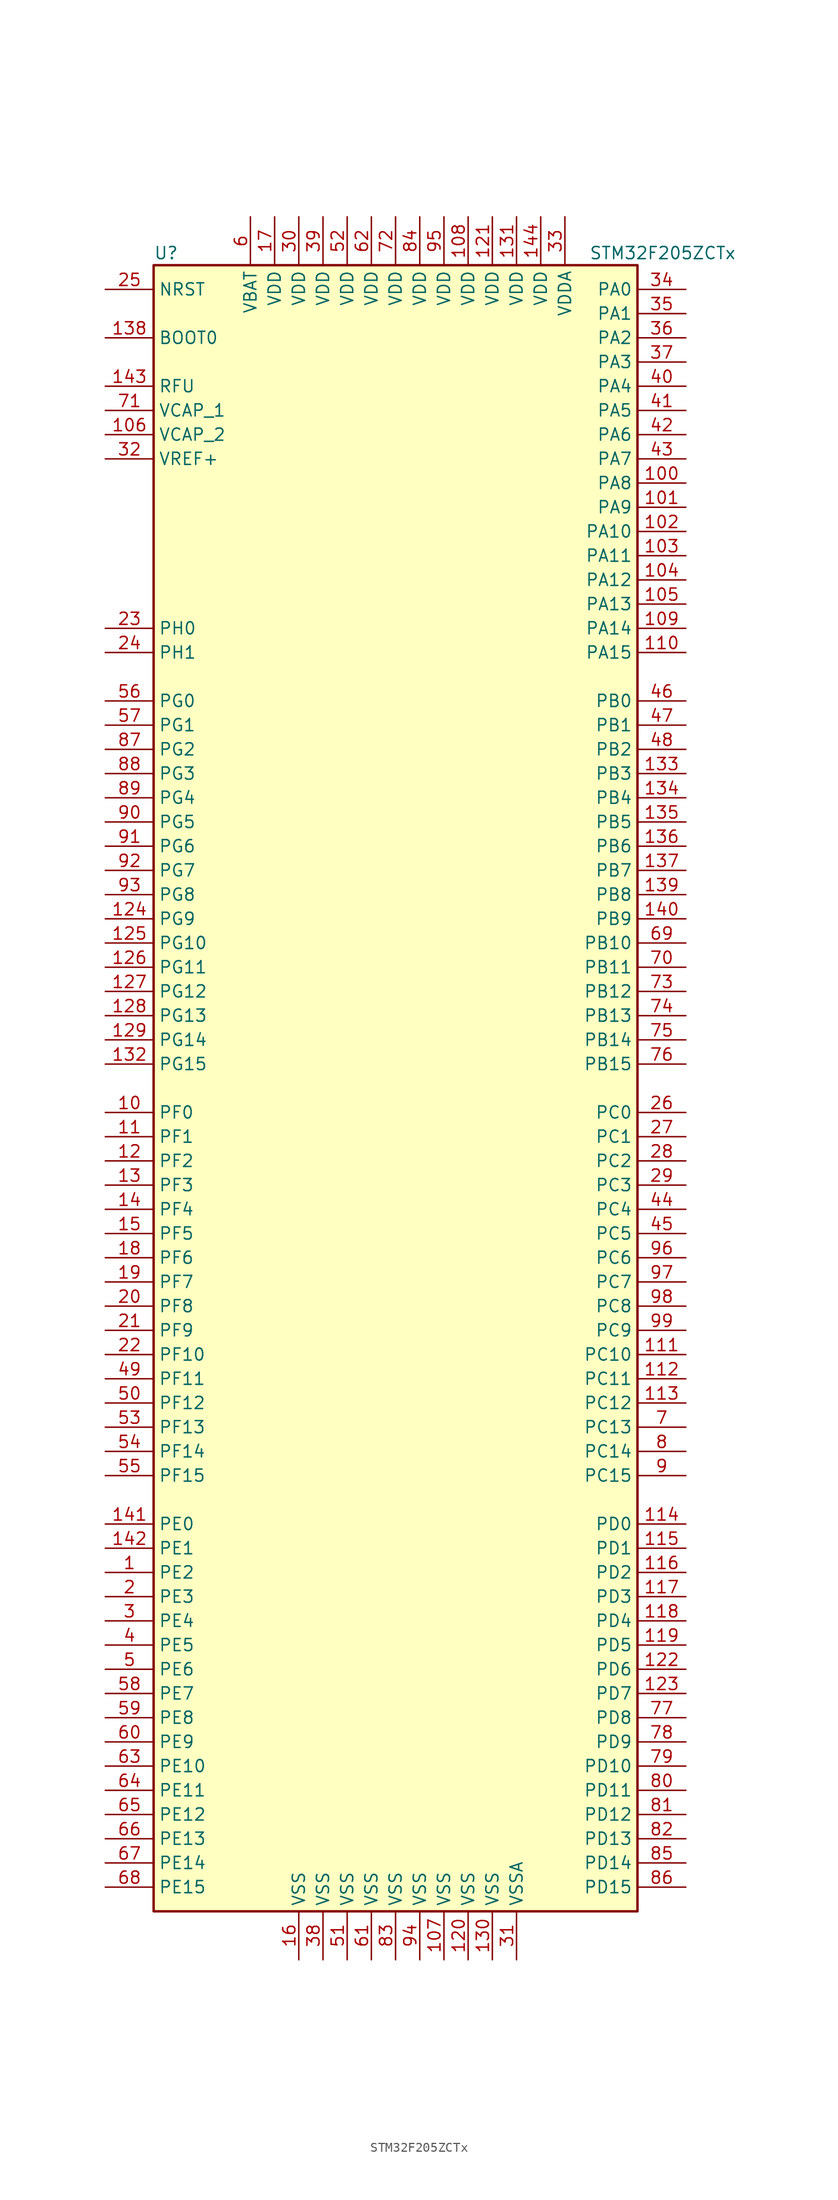
<source format=kicad_sym>
(kicad_symbol_lib
  (version 20211014)
  (generator kicad_symbol_editor)
  (symbol "STM32F205ZCTx"
    (property "Reference" "U"
      (at -25.4 87.63 0)
      (effects (font (size 1.27 1.27)) (justify left)))
    (property "Value" "STM32F205ZCTx"
      (at 20.32 87.63 0)
      (effects (font (size 1.27 1.27)) (justify left)))
    (symbol "STM32F205ZCTx_0_1"
      (rectangle (start -25.4 -86.36) (end 25.4 86.36) (stroke (width 0.254) (type default) (color 0 0 0 0)) (fill (type background))))
    (symbol "STM32F205ZCTx_1_1"
      (pin bidirectional line (at -30.48 -50.8 0) (length 5.08) (name "PE2" (effects (font (size 1.27 1.27)))) (number "1" (effects (font (size 1.27 1.27)))))
      (pin bidirectional line (at -30.48 -2.54 0) (length 5.08) (name "PF0" (effects (font (size 1.27 1.27)))) (number "10" (effects (font (size 1.27 1.27)))))
      (pin bidirectional line (at 30.48 63.5 180) (length 5.08) (name "PA8" (effects (font (size 1.27 1.27)))) (number "100" (effects (font (size 1.27 1.27)))))
      (pin bidirectional line (at 30.48 60.96 180) (length 5.08) (name "PA9" (effects (font (size 1.27 1.27)))) (number "101" (effects (font (size 1.27 1.27)))))
      (pin bidirectional line (at 30.48 58.42 180) (length 5.08) (name "PA10" (effects (font (size 1.27 1.27)))) (number "102" (effects (font (size 1.27 1.27)))))
      (pin bidirectional line (at 30.48 55.88 180) (length 5.08) (name "PA11" (effects (font (size 1.27 1.27)))) (number "103" (effects (font (size 1.27 1.27)))))
      (pin bidirectional line (at 30.48 53.34 180) (length 5.08) (name "PA12" (effects (font (size 1.27 1.27)))) (number "104" (effects (font (size 1.27 1.27)))))
      (pin bidirectional line (at 30.48 50.8 180) (length 5.08) (name "PA13" (effects (font (size 1.27 1.27)))) (number "105" (effects (font (size 1.27 1.27)))))
      (pin power_in line (at -30.48 68.58 0) (length 5.08) (name "VCAP_2" (effects (font (size 1.27 1.27)))) (number "106" (effects (font (size 1.27 1.27)))))
      (pin power_in line (at 5.08 -91.44 90) (length 5.08) (name "VSS" (effects (font (size 1.27 1.27)))) (number "107" (effects (font (size 1.27 1.27)))))
      (pin power_in line (at 7.62 91.44 270) (length 5.08) (name "VDD" (effects (font (size 1.27 1.27)))) (number "108" (effects (font (size 1.27 1.27)))))
      (pin bidirectional line (at 30.48 48.26 180) (length 5.08) (name "PA14" (effects (font (size 1.27 1.27)))) (number "109" (effects (font (size 1.27 1.27)))))
      (pin bidirectional line (at -30.48 -5.08 0) (length 5.08) (name "PF1" (effects (font (size 1.27 1.27)))) (number "11" (effects (font (size 1.27 1.27)))))
      (pin bidirectional line (at 30.48 45.72 180) (length 5.08) (name "PA15" (effects (font (size 1.27 1.27)))) (number "110" (effects (font (size 1.27 1.27)))))
      (pin bidirectional line (at 30.48 -27.94 180) (length 5.08) (name "PC10" (effects (font (size 1.27 1.27)))) (number "111" (effects (font (size 1.27 1.27)))))
      (pin bidirectional line (at 30.48 -30.48 180) (length 5.08) (name "PC11" (effects (font (size 1.27 1.27)))) (number "112" (effects (font (size 1.27 1.27)))))
      (pin bidirectional line (at 30.48 -33.02 180) (length 5.08) (name "PC12" (effects (font (size 1.27 1.27)))) (number "113" (effects (font (size 1.27 1.27)))))
      (pin bidirectional line (at 30.48 -45.72 180) (length 5.08) (name "PD0" (effects (font (size 1.27 1.27)))) (number "114" (effects (font (size 1.27 1.27)))))
      (pin bidirectional line (at 30.48 -48.26 180) (length 5.08) (name "PD1" (effects (font (size 1.27 1.27)))) (number "115" (effects (font (size 1.27 1.27)))))
      (pin bidirectional line (at 30.48 -50.8 180) (length 5.08) (name "PD2" (effects (font (size 1.27 1.27)))) (number "116" (effects (font (size 1.27 1.27)))))
      (pin bidirectional line (at 30.48 -53.34 180) (length 5.08) (name "PD3" (effects (font (size 1.27 1.27)))) (number "117" (effects (font (size 1.27 1.27)))))
      (pin bidirectional line (at 30.48 -55.88 180) (length 5.08) (name "PD4" (effects (font (size 1.27 1.27)))) (number "118" (effects (font (size 1.27 1.27)))))
      (pin bidirectional line (at 30.48 -58.42 180) (length 5.08) (name "PD5" (effects (font (size 1.27 1.27)))) (number "119" (effects (font (size 1.27 1.27)))))
      (pin bidirectional line (at -30.48 -7.62 0) (length 5.08) (name "PF2" (effects (font (size 1.27 1.27)))) (number "12" (effects (font (size 1.27 1.27)))))
      (pin power_in line (at 7.62 -91.44 90) (length 5.08) (name "VSS" (effects (font (size 1.27 1.27)))) (number "120" (effects (font (size 1.27 1.27)))))
      (pin power_in line (at 10.16 91.44 270) (length 5.08) (name "VDD" (effects (font (size 1.27 1.27)))) (number "121" (effects (font (size 1.27 1.27)))))
      (pin bidirectional line (at 30.48 -60.96 180) (length 5.08) (name "PD6" (effects (font (size 1.27 1.27)))) (number "122" (effects (font (size 1.27 1.27)))))
      (pin bidirectional line (at 30.48 -63.5 180) (length 5.08) (name "PD7" (effects (font (size 1.27 1.27)))) (number "123" (effects (font (size 1.27 1.27)))))
      (pin bidirectional line (at -30.48 17.78 0) (length 5.08) (name "PG9" (effects (font (size 1.27 1.27)))) (number "124" (effects (font (size 1.27 1.27)))))
      (pin bidirectional line (at -30.48 15.24 0) (length 5.08) (name "PG10" (effects (font (size 1.27 1.27)))) (number "125" (effects (font (size 1.27 1.27)))))
      (pin bidirectional line (at -30.48 12.7 0) (length 5.08) (name "PG11" (effects (font (size 1.27 1.27)))) (number "126" (effects (font (size 1.27 1.27)))))
      (pin bidirectional line (at -30.48 10.16 0) (length 5.08) (name "PG12" (effects (font (size 1.27 1.27)))) (number "127" (effects (font (size 1.27 1.27)))))
      (pin bidirectional line (at -30.48 7.62 0) (length 5.08) (name "PG13" (effects (font (size 1.27 1.27)))) (number "128" (effects (font (size 1.27 1.27)))))
      (pin bidirectional line (at -30.48 5.08 0) (length 5.08) (name "PG14" (effects (font (size 1.27 1.27)))) (number "129" (effects (font (size 1.27 1.27)))))
      (pin bidirectional line (at -30.48 -10.16 0) (length 5.08) (name "PF3" (effects (font (size 1.27 1.27)))) (number "13" (effects (font (size 1.27 1.27)))))
      (pin power_in line (at 10.16 -91.44 90) (length 5.08) (name "VSS" (effects (font (size 1.27 1.27)))) (number "130" (effects (font (size 1.27 1.27)))))
      (pin power_in line (at 12.7 91.44 270) (length 5.08) (name "VDD" (effects (font (size 1.27 1.27)))) (number "131" (effects (font (size 1.27 1.27)))))
      (pin bidirectional line (at -30.48 2.54 0) (length 5.08) (name "PG15" (effects (font (size 1.27 1.27)))) (number "132" (effects (font (size 1.27 1.27)))))
      (pin bidirectional line (at 30.48 33.02 180) (length 5.08) (name "PB3" (effects (font (size 1.27 1.27)))) (number "133" (effects (font (size 1.27 1.27)))))
      (pin bidirectional line (at 30.48 30.48 180) (length 5.08) (name "PB4" (effects (font (size 1.27 1.27)))) (number "134" (effects (font (size 1.27 1.27)))))
      (pin bidirectional line (at 30.48 27.94 180) (length 5.08) (name "PB5" (effects (font (size 1.27 1.27)))) (number "135" (effects (font (size 1.27 1.27)))))
      (pin bidirectional line (at 30.48 25.4 180) (length 5.08) (name "PB6" (effects (font (size 1.27 1.27)))) (number "136" (effects (font (size 1.27 1.27)))))
      (pin bidirectional line (at 30.48 22.86 180) (length 5.08) (name "PB7" (effects (font (size 1.27 1.27)))) (number "137" (effects (font (size 1.27 1.27)))))
      (pin input line (at -30.48 78.74 0) (length 5.08) (name "BOOT0" (effects (font (size 1.27 1.27)))) (number "138" (effects (font (size 1.27 1.27)))))
      (pin bidirectional line (at 30.48 20.32 180) (length 5.08) (name "PB8" (effects (font (size 1.27 1.27)))) (number "139" (effects (font (size 1.27 1.27)))))
      (pin bidirectional line (at -30.48 -12.7 0) (length 5.08) (name "PF4" (effects (font (size 1.27 1.27)))) (number "14" (effects (font (size 1.27 1.27)))))
      (pin bidirectional line (at 30.48 17.78 180) (length 5.08) (name "PB9" (effects (font (size 1.27 1.27)))) (number "140" (effects (font (size 1.27 1.27)))))
      (pin bidirectional line (at -30.48 -45.72 0) (length 5.08) (name "PE0" (effects (font (size 1.27 1.27)))) (number "141" (effects (font (size 1.27 1.27)))))
      (pin bidirectional line (at -30.48 -48.26 0) (length 5.08) (name "PE1" (effects (font (size 1.27 1.27)))) (number "142" (effects (font (size 1.27 1.27)))))
      (pin power_in line (at -30.48 73.66 0) (length 5.08) (name "RFU" (effects (font (size 1.27 1.27)))) (number "143" (effects (font (size 1.27 1.27)))))
      (pin power_in line (at 15.24 91.44 270) (length 5.08) (name "VDD" (effects (font (size 1.27 1.27)))) (number "144" (effects (font (size 1.27 1.27)))))
      (pin bidirectional line (at -30.48 -15.24 0) (length 5.08) (name "PF5" (effects (font (size 1.27 1.27)))) (number "15" (effects (font (size 1.27 1.27)))))
      (pin power_in line (at -10.16 -91.44 90) (length 5.08) (name "VSS" (effects (font (size 1.27 1.27)))) (number "16" (effects (font (size 1.27 1.27)))))
      (pin power_in line (at -12.7 91.44 270) (length 5.08) (name "VDD" (effects (font (size 1.27 1.27)))) (number "17" (effects (font (size 1.27 1.27)))))
      (pin bidirectional line (at -30.48 -17.78 0) (length 5.08) (name "PF6" (effects (font (size 1.27 1.27)))) (number "18" (effects (font (size 1.27 1.27)))))
      (pin bidirectional line (at -30.48 -20.32 0) (length 5.08) (name "PF7" (effects (font (size 1.27 1.27)))) (number "19" (effects (font (size 1.27 1.27)))))
      (pin bidirectional line (at -30.48 -53.34 0) (length 5.08) (name "PE3" (effects (font (size 1.27 1.27)))) (number "2" (effects (font (size 1.27 1.27)))))
      (pin bidirectional line (at -30.48 -22.86 0) (length 5.08) (name "PF8" (effects (font (size 1.27 1.27)))) (number "20" (effects (font (size 1.27 1.27)))))
      (pin bidirectional line (at -30.48 -25.4 0) (length 5.08) (name "PF9" (effects (font (size 1.27 1.27)))) (number "21" (effects (font (size 1.27 1.27)))))
      (pin bidirectional line (at -30.48 -27.94 0) (length 5.08) (name "PF10" (effects (font (size 1.27 1.27)))) (number "22" (effects (font (size 1.27 1.27)))))
      (pin input line (at -30.48 48.26 0) (length 5.08) (name "PH0" (effects (font (size 1.27 1.27)))) (number "23" (effects (font (size 1.27 1.27)))))
      (pin input line (at -30.48 45.72 0) (length 5.08) (name "PH1" (effects (font (size 1.27 1.27)))) (number "24" (effects (font (size 1.27 1.27)))))
      (pin input line (at -30.48 83.82 0) (length 5.08) (name "NRST" (effects (font (size 1.27 1.27)))) (number "25" (effects (font (size 1.27 1.27)))))
      (pin bidirectional line (at 30.48 -2.54 180) (length 5.08) (name "PC0" (effects (font (size 1.27 1.27)))) (number "26" (effects (font (size 1.27 1.27)))))
      (pin bidirectional line (at 30.48 -5.08 180) (length 5.08) (name "PC1" (effects (font (size 1.27 1.27)))) (number "27" (effects (font (size 1.27 1.27)))))
      (pin bidirectional line (at 30.48 -7.62 180) (length 5.08) (name "PC2" (effects (font (size 1.27 1.27)))) (number "28" (effects (font (size 1.27 1.27)))))
      (pin bidirectional line (at 30.48 -10.16 180) (length 5.08) (name "PC3" (effects (font (size 1.27 1.27)))) (number "29" (effects (font (size 1.27 1.27)))))
      (pin bidirectional line (at -30.48 -55.88 0) (length 5.08) (name "PE4" (effects (font (size 1.27 1.27)))) (number "3" (effects (font (size 1.27 1.27)))))
      (pin power_in line (at -10.16 91.44 270) (length 5.08) (name "VDD" (effects (font (size 1.27 1.27)))) (number "30" (effects (font (size 1.27 1.27)))))
      (pin power_in line (at 12.7 -91.44 90) (length 5.08) (name "VSSA" (effects (font (size 1.27 1.27)))) (number "31" (effects (font (size 1.27 1.27)))))
      (pin power_in line (at -30.48 66.04 0) (length 5.08) (name "VREF+" (effects (font (size 1.27 1.27)))) (number "32" (effects (font (size 1.27 1.27)))))
      (pin power_in line (at 17.78 91.44 270) (length 5.08) (name "VDDA" (effects (font (size 1.27 1.27)))) (number "33" (effects (font (size 1.27 1.27)))))
      (pin bidirectional line (at 30.48 83.82 180) (length 5.08) (name "PA0" (effects (font (size 1.27 1.27)))) (number "34" (effects (font (size 1.27 1.27)))))
      (pin bidirectional line (at 30.48 81.28 180) (length 5.08) (name "PA1" (effects (font (size 1.27 1.27)))) (number "35" (effects (font (size 1.27 1.27)))))
      (pin bidirectional line (at 30.48 78.74 180) (length 5.08) (name "PA2" (effects (font (size 1.27 1.27)))) (number "36" (effects (font (size 1.27 1.27)))))
      (pin bidirectional line (at 30.48 76.2 180) (length 5.08) (name "PA3" (effects (font (size 1.27 1.27)))) (number "37" (effects (font (size 1.27 1.27)))))
      (pin power_in line (at -7.62 -91.44 90) (length 5.08) (name "VSS" (effects (font (size 1.27 1.27)))) (number "38" (effects (font (size 1.27 1.27)))))
      (pin power_in line (at -7.62 91.44 270) (length 5.08) (name "VDD" (effects (font (size 1.27 1.27)))) (number "39" (effects (font (size 1.27 1.27)))))
      (pin bidirectional line (at -30.48 -58.42 0) (length 5.08) (name "PE5" (effects (font (size 1.27 1.27)))) (number "4" (effects (font (size 1.27 1.27)))))
      (pin bidirectional line (at 30.48 73.66 180) (length 5.08) (name "PA4" (effects (font (size 1.27 1.27)))) (number "40" (effects (font (size 1.27 1.27)))))
      (pin bidirectional line (at 30.48 71.12 180) (length 5.08) (name "PA5" (effects (font (size 1.27 1.27)))) (number "41" (effects (font (size 1.27 1.27)))))
      (pin bidirectional line (at 30.48 68.58 180) (length 5.08) (name "PA6" (effects (font (size 1.27 1.27)))) (number "42" (effects (font (size 1.27 1.27)))))
      (pin bidirectional line (at 30.48 66.04 180) (length 5.08) (name "PA7" (effects (font (size 1.27 1.27)))) (number "43" (effects (font (size 1.27 1.27)))))
      (pin bidirectional line (at 30.48 -12.7 180) (length 5.08) (name "PC4" (effects (font (size 1.27 1.27)))) (number "44" (effects (font (size 1.27 1.27)))))
      (pin bidirectional line (at 30.48 -15.24 180) (length 5.08) (name "PC5" (effects (font (size 1.27 1.27)))) (number "45" (effects (font (size 1.27 1.27)))))
      (pin bidirectional line (at 30.48 40.64 180) (length 5.08) (name "PB0" (effects (font (size 1.27 1.27)))) (number "46" (effects (font (size 1.27 1.27)))))
      (pin bidirectional line (at 30.48 38.1 180) (length 5.08) (name "PB1" (effects (font (size 1.27 1.27)))) (number "47" (effects (font (size 1.27 1.27)))))
      (pin bidirectional line (at 30.48 35.56 180) (length 5.08) (name "PB2" (effects (font (size 1.27 1.27)))) (number "48" (effects (font (size 1.27 1.27)))))
      (pin bidirectional line (at -30.48 -30.48 0) (length 5.08) (name "PF11" (effects (font (size 1.27 1.27)))) (number "49" (effects (font (size 1.27 1.27)))))
      (pin bidirectional line (at -30.48 -60.96 0) (length 5.08) (name "PE6" (effects (font (size 1.27 1.27)))) (number "5" (effects (font (size 1.27 1.27)))))
      (pin bidirectional line (at -30.48 -33.02 0) (length 5.08) (name "PF12" (effects (font (size 1.27 1.27)))) (number "50" (effects (font (size 1.27 1.27)))))
      (pin power_in line (at -5.08 -91.44 90) (length 5.08) (name "VSS" (effects (font (size 1.27 1.27)))) (number "51" (effects (font (size 1.27 1.27)))))
      (pin power_in line (at -5.08 91.44 270) (length 5.08) (name "VDD" (effects (font (size 1.27 1.27)))) (number "52" (effects (font (size 1.27 1.27)))))
      (pin bidirectional line (at -30.48 -35.56 0) (length 5.08) (name "PF13" (effects (font (size 1.27 1.27)))) (number "53" (effects (font (size 1.27 1.27)))))
      (pin bidirectional line (at -30.48 -38.1 0) (length 5.08) (name "PF14" (effects (font (size 1.27 1.27)))) (number "54" (effects (font (size 1.27 1.27)))))
      (pin bidirectional line (at -30.48 -40.64 0) (length 5.08) (name "PF15" (effects (font (size 1.27 1.27)))) (number "55" (effects (font (size 1.27 1.27)))))
      (pin bidirectional line (at -30.48 40.64 0) (length 5.08) (name "PG0" (effects (font (size 1.27 1.27)))) (number "56" (effects (font (size 1.27 1.27)))))
      (pin bidirectional line (at -30.48 38.1 0) (length 5.08) (name "PG1" (effects (font (size 1.27 1.27)))) (number "57" (effects (font (size 1.27 1.27)))))
      (pin bidirectional line (at -30.48 -63.5 0) (length 5.08) (name "PE7" (effects (font (size 1.27 1.27)))) (number "58" (effects (font (size 1.27 1.27)))))
      (pin bidirectional line (at -30.48 -66.04 0) (length 5.08) (name "PE8" (effects (font (size 1.27 1.27)))) (number "59" (effects (font (size 1.27 1.27)))))
      (pin power_in line (at -15.24 91.44 270) (length 5.08) (name "VBAT" (effects (font (size 1.27 1.27)))) (number "6" (effects (font (size 1.27 1.27)))))
      (pin bidirectional line (at -30.48 -68.58 0) (length 5.08) (name "PE9" (effects (font (size 1.27 1.27)))) (number "60" (effects (font (size 1.27 1.27)))))
      (pin power_in line (at -2.54 -91.44 90) (length 5.08) (name "VSS" (effects (font (size 1.27 1.27)))) (number "61" (effects (font (size 1.27 1.27)))))
      (pin power_in line (at -2.54 91.44 270) (length 5.08) (name "VDD" (effects (font (size 1.27 1.27)))) (number "62" (effects (font (size 1.27 1.27)))))
      (pin bidirectional line (at -30.48 -71.12 0) (length 5.08) (name "PE10" (effects (font (size 1.27 1.27)))) (number "63" (effects (font (size 1.27 1.27)))))
      (pin bidirectional line (at -30.48 -73.66 0) (length 5.08) (name "PE11" (effects (font (size 1.27 1.27)))) (number "64" (effects (font (size 1.27 1.27)))))
      (pin bidirectional line (at -30.48 -76.2 0) (length 5.08) (name "PE12" (effects (font (size 1.27 1.27)))) (number "65" (effects (font (size 1.27 1.27)))))
      (pin bidirectional line (at -30.48 -78.74 0) (length 5.08) (name "PE13" (effects (font (size 1.27 1.27)))) (number "66" (effects (font (size 1.27 1.27)))))
      (pin bidirectional line (at -30.48 -81.28 0) (length 5.08) (name "PE14" (effects (font (size 1.27 1.27)))) (number "67" (effects (font (size 1.27 1.27)))))
      (pin bidirectional line (at -30.48 -83.82 0) (length 5.08) (name "PE15" (effects (font (size 1.27 1.27)))) (number "68" (effects (font (size 1.27 1.27)))))
      (pin bidirectional line (at 30.48 15.24 180) (length 5.08) (name "PB10" (effects (font (size 1.27 1.27)))) (number "69" (effects (font (size 1.27 1.27)))))
      (pin bidirectional line (at 30.48 -35.56 180) (length 5.08) (name "PC13" (effects (font (size 1.27 1.27)))) (number "7" (effects (font (size 1.27 1.27)))))
      (pin bidirectional line (at 30.48 12.7 180) (length 5.08) (name "PB11" (effects (font (size 1.27 1.27)))) (number "70" (effects (font (size 1.27 1.27)))))
      (pin power_in line (at -30.48 71.12 0) (length 5.08) (name "VCAP_1" (effects (font (size 1.27 1.27)))) (number "71" (effects (font (size 1.27 1.27)))))
      (pin power_in line (at 0 91.44 270) (length 5.08) (name "VDD" (effects (font (size 1.27 1.27)))) (number "72" (effects (font (size 1.27 1.27)))))
      (pin bidirectional line (at 30.48 10.16 180) (length 5.08) (name "PB12" (effects (font (size 1.27 1.27)))) (number "73" (effects (font (size 1.27 1.27)))))
      (pin bidirectional line (at 30.48 7.62 180) (length 5.08) (name "PB13" (effects (font (size 1.27 1.27)))) (number "74" (effects (font (size 1.27 1.27)))))
      (pin bidirectional line (at 30.48 5.08 180) (length 5.08) (name "PB14" (effects (font (size 1.27 1.27)))) (number "75" (effects (font (size 1.27 1.27)))))
      (pin bidirectional line (at 30.48 2.54 180) (length 5.08) (name "PB15" (effects (font (size 1.27 1.27)))) (number "76" (effects (font (size 1.27 1.27)))))
      (pin bidirectional line (at 30.48 -66.04 180) (length 5.08) (name "PD8" (effects (font (size 1.27 1.27)))) (number "77" (effects (font (size 1.27 1.27)))))
      (pin bidirectional line (at 30.48 -68.58 180) (length 5.08) (name "PD9" (effects (font (size 1.27 1.27)))) (number "78" (effects (font (size 1.27 1.27)))))
      (pin bidirectional line (at 30.48 -71.12 180) (length 5.08) (name "PD10" (effects (font (size 1.27 1.27)))) (number "79" (effects (font (size 1.27 1.27)))))
      (pin bidirectional line (at 30.48 -38.1 180) (length 5.08) (name "PC14" (effects (font (size 1.27 1.27)))) (number "8" (effects (font (size 1.27 1.27)))))
      (pin bidirectional line (at 30.48 -73.66 180) (length 5.08) (name "PD11" (effects (font (size 1.27 1.27)))) (number "80" (effects (font (size 1.27 1.27)))))
      (pin bidirectional line (at 30.48 -76.2 180) (length 5.08) (name "PD12" (effects (font (size 1.27 1.27)))) (number "81" (effects (font (size 1.27 1.27)))))
      (pin bidirectional line (at 30.48 -78.74 180) (length 5.08) (name "PD13" (effects (font (size 1.27 1.27)))) (number "82" (effects (font (size 1.27 1.27)))))
      (pin power_in line (at 0 -91.44 90) (length 5.08) (name "VSS" (effects (font (size 1.27 1.27)))) (number "83" (effects (font (size 1.27 1.27)))))
      (pin power_in line (at 2.54 91.44 270) (length 5.08) (name "VDD" (effects (font (size 1.27 1.27)))) (number "84" (effects (font (size 1.27 1.27)))))
      (pin bidirectional line (at 30.48 -81.28 180) (length 5.08) (name "PD14" (effects (font (size 1.27 1.27)))) (number "85" (effects (font (size 1.27 1.27)))))
      (pin bidirectional line (at 30.48 -83.82 180) (length 5.08) (name "PD15" (effects (font (size 1.27 1.27)))) (number "86" (effects (font (size 1.27 1.27)))))
      (pin bidirectional line (at -30.48 35.56 0) (length 5.08) (name "PG2" (effects (font (size 1.27 1.27)))) (number "87" (effects (font (size 1.27 1.27)))))
      (pin bidirectional line (at -30.48 33.02 0) (length 5.08) (name "PG3" (effects (font (size 1.27 1.27)))) (number "88" (effects (font (size 1.27 1.27)))))
      (pin bidirectional line (at -30.48 30.48 0) (length 5.08) (name "PG4" (effects (font (size 1.27 1.27)))) (number "89" (effects (font (size 1.27 1.27)))))
      (pin bidirectional line (at 30.48 -40.64 180) (length 5.08) (name "PC15" (effects (font (size 1.27 1.27)))) (number "9" (effects (font (size 1.27 1.27)))))
      (pin bidirectional line (at -30.48 27.94 0) (length 5.08) (name "PG5" (effects (font (size 1.27 1.27)))) (number "90" (effects (font (size 1.27 1.27)))))
      (pin bidirectional line (at -30.48 25.4 0) (length 5.08) (name "PG6" (effects (font (size 1.27 1.27)))) (number "91" (effects (font (size 1.27 1.27)))))
      (pin bidirectional line (at -30.48 22.86 0) (length 5.08) (name "PG7" (effects (font (size 1.27 1.27)))) (number "92" (effects (font (size 1.27 1.27)))))
      (pin bidirectional line (at -30.48 20.32 0) (length 5.08) (name "PG8" (effects (font (size 1.27 1.27)))) (number "93" (effects (font (size 1.27 1.27)))))
      (pin power_in line (at 2.54 -91.44 90) (length 5.08) (name "VSS" (effects (font (size 1.27 1.27)))) (number "94" (effects (font (size 1.27 1.27)))))
      (pin power_in line (at 5.08 91.44 270) (length 5.08) (name "VDD" (effects (font (size 1.27 1.27)))) (number "95" (effects (font (size 1.27 1.27)))))
      (pin bidirectional line (at 30.48 -17.78 180) (length 5.08) (name "PC6" (effects (font (size 1.27 1.27)))) (number "96" (effects (font (size 1.27 1.27)))))
      (pin bidirectional line (at 30.48 -20.32 180) (length 5.08) (name "PC7" (effects (font (size 1.27 1.27)))) (number "97" (effects (font (size 1.27 1.27)))))
      (pin bidirectional line (at 30.48 -22.86 180) (length 5.08) (name "PC8" (effects (font (size 1.27 1.27)))) (number "98" (effects (font (size 1.27 1.27)))))
      (pin bidirectional line (at 30.48 -25.4 180) (length 5.08) (name "PC9" (effects (font (size 1.27 1.27)))) (number "99" (effects (font (size 1.27 1.27))))))))
</source>
